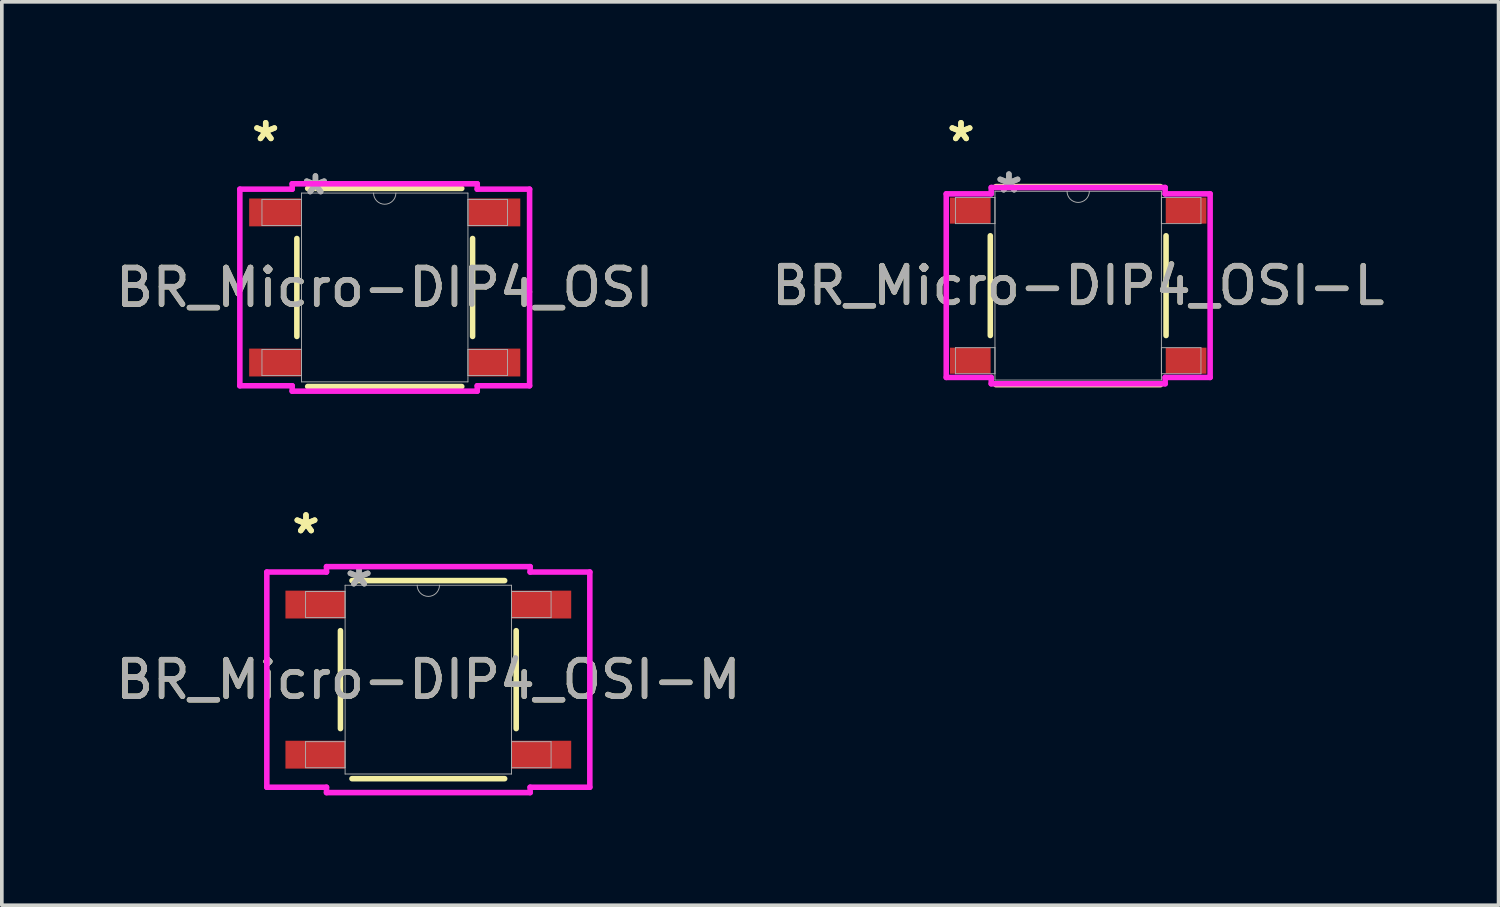
<source format=kicad_pcb>
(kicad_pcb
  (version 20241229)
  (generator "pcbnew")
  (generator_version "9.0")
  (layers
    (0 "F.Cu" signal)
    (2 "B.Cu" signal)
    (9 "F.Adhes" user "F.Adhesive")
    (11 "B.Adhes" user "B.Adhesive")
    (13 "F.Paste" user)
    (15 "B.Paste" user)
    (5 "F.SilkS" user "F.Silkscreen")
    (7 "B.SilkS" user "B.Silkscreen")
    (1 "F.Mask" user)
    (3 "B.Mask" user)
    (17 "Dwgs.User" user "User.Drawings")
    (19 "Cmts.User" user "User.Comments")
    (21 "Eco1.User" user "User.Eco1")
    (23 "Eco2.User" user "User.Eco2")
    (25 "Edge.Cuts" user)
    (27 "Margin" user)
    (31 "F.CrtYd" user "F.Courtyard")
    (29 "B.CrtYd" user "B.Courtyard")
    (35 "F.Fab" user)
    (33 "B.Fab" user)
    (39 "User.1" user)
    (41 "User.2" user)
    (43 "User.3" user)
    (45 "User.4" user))
  (footprint "BR_Micro-DIP4_OSI"
    (layer "F.Cu")
    (at 7.458 4.802)
    (property "Reference" "BR_Micro-DIP4_OSI" (at 0 0 0) (unlocked yes) (layer "F.SilkS") (effects (font (size 1 1) (thickness 0.15))))
    (attr smd)
    (fp_line (start -2.4 -1.337) (end -2.4 1.337) (stroke (width 0.152) (type solid)) (layer "F.SilkS"))
    (fp_line (start -2.104 2.705) (end 2.104 2.705) (stroke (width 0.152) (type solid)) (layer "F.SilkS"))
    (fp_line (start 2.104 -2.705) (end -2.104 -2.705) (stroke (width 0.152) (type solid)) (layer "F.SilkS"))
    (fp_line (start 2.4 1.337) (end 2.4 -1.337) (stroke (width 0.152) (type solid)) (layer "F.SilkS"))
    (fp_line (start -3.957 -2.685) (end -2.527 -2.685) (stroke (width 0.152) (type solid)) (layer "F.CrtYd"))
    (fp_line (start -3.957 2.685) (end -3.957 -2.685) (stroke (width 0.152) (type solid)) (layer "F.CrtYd"))
    (fp_line (start -3.957 2.685) (end -2.527 2.685) (stroke (width 0.152) (type solid)) (layer "F.CrtYd"))
    (fp_line (start -2.527 -2.832) (end 2.527 -2.832) (stroke (width 0.152) (type solid)) (layer "F.CrtYd"))
    (fp_line (start -2.527 -2.685) (end -2.527 -2.832) (stroke (width 0.152) (type solid)) (layer "F.CrtYd"))
    (fp_line (start -2.527 2.832) (end -2.527 2.685) (stroke (width 0.152) (type solid)) (layer "F.CrtYd"))
    (fp_line (start 2.527 -2.832) (end 2.527 -2.685) (stroke (width 0.152) (type solid)) (layer "F.CrtYd"))
    (fp_line (start 2.527 2.685) (end 2.527 2.832) (stroke (width 0.152) (type solid)) (layer "F.CrtYd"))
    (fp_line (start 2.527 2.832) (end -2.527 2.832) (stroke (width 0.152) (type solid)) (layer "F.CrtYd"))
    (fp_line (start 3.957 -2.685) (end 2.527 -2.685) (stroke (width 0.152) (type solid)) (layer "F.CrtYd"))
    (fp_line (start 3.957 -2.685) (end 3.957 2.685) (stroke (width 0.152) (type solid)) (layer "F.CrtYd"))
    (fp_line (start 3.957 2.685) (end 2.527 2.685) (stroke (width 0.152) (type solid)) (layer "F.CrtYd"))
    (fp_line (start -3.353 -2.406) (end -3.353 -1.694) (stroke (width 0.025) (type solid)) (layer "F.Fab"))
    (fp_line (start -3.353 -1.694) (end -2.273 -1.694) (stroke (width 0.025) (type solid)) (layer "F.Fab"))
    (fp_line (start -3.353 1.694) (end -3.353 2.406) (stroke (width 0.025) (type solid)) (layer "F.Fab"))
    (fp_line (start -3.353 2.406) (end -2.273 2.406) (stroke (width 0.025) (type solid)) (layer "F.Fab"))
    (fp_line (start -2.273 -2.578) (end -2.273 2.578) (stroke (width 0.025) (type solid)) (layer "F.Fab"))
    (fp_line (start -2.273 -2.406) (end -3.353 -2.406) (stroke (width 0.025) (type solid)) (layer "F.Fab"))
    (fp_line (start -2.273 -1.694) (end -2.273 -2.406) (stroke (width 0.025) (type solid)) (layer "F.Fab"))
    (fp_line (start -2.273 1.694) (end -3.353 1.694) (stroke (width 0.025) (type solid)) (layer "F.Fab"))
    (fp_line (start -2.273 2.406) (end -2.273 1.694) (stroke (width 0.025) (type solid)) (layer "F.Fab"))
    (fp_line (start -2.273 2.578) (end 2.273 2.578) (stroke (width 0.025) (type solid)) (layer "F.Fab"))
    (fp_line (start 2.273 -2.578) (end -2.273 -2.578) (stroke (width 0.025) (type solid)) (layer "F.Fab"))
    (fp_line (start 2.273 -2.406) (end 2.273 -1.694) (stroke (width 0.025) (type solid)) (layer "F.Fab"))
    (fp_line (start 2.273 -1.694) (end 3.353 -1.694) (stroke (width 0.025) (type solid)) (layer "F.Fab"))
    (fp_line (start 2.273 1.694) (end 2.273 2.406) (stroke (width 0.025) (type solid)) (layer "F.Fab"))
    (fp_line (start 2.273 2.406) (end 3.353 2.406) (stroke (width 0.025) (type solid)) (layer "F.Fab"))
    (fp_line (start 2.273 2.578) (end 2.273 -2.578) (stroke (width 0.025) (type solid)) (layer "F.Fab"))
    (fp_line (start 3.353 -2.406) (end 2.273 -2.406) (stroke (width 0.025) (type solid)) (layer "F.Fab"))
    (fp_line (start 3.353 -1.694) (end 3.353 -2.406) (stroke (width 0.025) (type solid)) (layer "F.Fab"))
    (fp_line (start 3.353 1.694) (end 2.273 1.694) (stroke (width 0.025) (type solid)) (layer "F.Fab"))
    (fp_line (start 3.353 2.406) (end 3.353 1.694) (stroke (width 0.025) (type solid)) (layer "F.Fab"))
    (fp_arc (start 0.3048 -2.5781) (mid 0 -2.2733) (end -0.3048 -2.5781) (stroke (width 0.0254) (type solid)) (layer "F.Fab"))
    (fp_text user "*" (at -3.251 -3.954 0) (layer "F.SilkS") (effects (font (size 1 1) (thickness 0.15))))
    (fp_text user "*" (at -3.251 -3.954 0) (unlocked yes) (layer "F.SilkS") (effects (font (size 1 1) (thickness 0.15))))
    (fp_text user "${REFERENCE}" (at 0 0 0) (unlocked yes) (layer "F.Fab") (effects (font (size 1 1) (thickness 0.15))))
    (fp_text user "*" (at -1.892 -2.502 0) (layer "F.Fab") (effects (font (size 1 1) (thickness 0.15))))
    (fp_text user "*" (at -1.892 -2.502 0) (unlocked yes) (layer "F.Fab") (effects (font (size 1 1) (thickness 0.15))))
    (pad "1" smd rect (at -2.997 -2.05) (size 1.411 0.761) (layers "F.Cu" "F.Mask" "F.Paste"))
    (pad "2" smd rect (at -2.997 2.05) (size 1.411 0.761) (layers "F.Cu" "F.Mask" "F.Paste"))
    (pad "3" smd rect (at 2.997 2.05) (size 1.411 0.761) (layers "F.Cu" "F.Mask" "F.Paste"))
    (pad "4" smd rect (at 2.997 -2.05) (size 1.411 0.761) (layers "F.Cu" "F.Mask" "F.Paste")))
  (footprint "BR_Micro-DIP4_OSI-M"
    (layer "F.Cu")
    (at 8.649 15.513)
    (property "Reference" "BR_Micro-DIP4_OSI-M" (at 0 0 0) (unlocked yes) (layer "F.SilkS") (effects (font (size 1 1) (thickness 0.15))))
    (attr smd)
    (fp_line (start -2.4 -1.337) (end -2.4 1.337) (stroke (width 0.152) (type solid)) (layer "F.SilkS"))
    (fp_line (start -2.085 2.705) (end 2.085 2.705) (stroke (width 0.152) (type solid)) (layer "F.SilkS"))
    (fp_line (start 2.085 -2.705) (end -2.085 -2.705) (stroke (width 0.152) (type solid)) (layer "F.SilkS"))
    (fp_line (start 2.4 1.337) (end 2.4 -1.337) (stroke (width 0.152) (type solid)) (layer "F.SilkS"))
    (fp_line (start -4.411 -2.939) (end -2.781 -2.939) (stroke (width 0.152) (type solid)) (layer "F.CrtYd"))
    (fp_line (start -4.411 2.939) (end -4.411 -2.939) (stroke (width 0.152) (type solid)) (layer "F.CrtYd"))
    (fp_line (start -4.411 2.939) (end -2.781 2.939) (stroke (width 0.152) (type solid)) (layer "F.CrtYd"))
    (fp_line (start -2.781 -3.086) (end 2.781 -3.086) (stroke (width 0.152) (type solid)) (layer "F.CrtYd"))
    (fp_line (start -2.781 -2.939) (end -2.781 -3.086) (stroke (width 0.152) (type solid)) (layer "F.CrtYd"))
    (fp_line (start -2.781 3.086) (end -2.781 2.939) (stroke (width 0.152) (type solid)) (layer "F.CrtYd"))
    (fp_line (start 2.781 -3.086) (end 2.781 -2.939) (stroke (width 0.152) (type solid)) (layer "F.CrtYd"))
    (fp_line (start 2.781 2.939) (end 2.781 3.086) (stroke (width 0.152) (type solid)) (layer "F.CrtYd"))
    (fp_line (start 2.781 3.086) (end -2.781 3.086) (stroke (width 0.152) (type solid)) (layer "F.CrtYd"))
    (fp_line (start 4.411 -2.939) (end 2.781 -2.939) (stroke (width 0.152) (type solid)) (layer "F.CrtYd"))
    (fp_line (start 4.411 -2.939) (end 4.411 2.939) (stroke (width 0.152) (type solid)) (layer "F.CrtYd"))
    (fp_line (start 4.411 2.939) (end 2.781 2.939) (stroke (width 0.152) (type solid)) (layer "F.CrtYd"))
    (fp_line (start -3.353 -2.406) (end -3.353 -1.694) (stroke (width 0.025) (type solid)) (layer "F.Fab"))
    (fp_line (start -3.353 -1.694) (end -2.273 -1.694) (stroke (width 0.025) (type solid)) (layer "F.Fab"))
    (fp_line (start -3.353 1.694) (end -3.353 2.406) (stroke (width 0.025) (type solid)) (layer "F.Fab"))
    (fp_line (start -3.353 2.406) (end -2.273 2.406) (stroke (width 0.025) (type solid)) (layer "F.Fab"))
    (fp_line (start -2.273 -2.578) (end -2.273 2.578) (stroke (width 0.025) (type solid)) (layer "F.Fab"))
    (fp_line (start -2.273 -2.406) (end -3.353 -2.406) (stroke (width 0.025) (type solid)) (layer "F.Fab"))
    (fp_line (start -2.273 -1.694) (end -2.273 -2.406) (stroke (width 0.025) (type solid)) (layer "F.Fab"))
    (fp_line (start -2.273 1.694) (end -3.353 1.694) (stroke (width 0.025) (type solid)) (layer "F.Fab"))
    (fp_line (start -2.273 2.406) (end -2.273 1.694) (stroke (width 0.025) (type solid)) (layer "F.Fab"))
    (fp_line (start -2.273 2.578) (end 2.273 2.578) (stroke (width 0.025) (type solid)) (layer "F.Fab"))
    (fp_line (start 2.273 -2.578) (end -2.273 -2.578) (stroke (width 0.025) (type solid)) (layer "F.Fab"))
    (fp_line (start 2.273 -2.406) (end 2.273 -1.694) (stroke (width 0.025) (type solid)) (layer "F.Fab"))
    (fp_line (start 2.273 -1.694) (end 3.353 -1.694) (stroke (width 0.025) (type solid)) (layer "F.Fab"))
    (fp_line (start 2.273 1.694) (end 2.273 2.406) (stroke (width 0.025) (type solid)) (layer "F.Fab"))
    (fp_line (start 2.273 2.406) (end 3.353 2.406) (stroke (width 0.025) (type solid)) (layer "F.Fab"))
    (fp_line (start 2.273 2.578) (end 2.273 -2.578) (stroke (width 0.025) (type solid)) (layer "F.Fab"))
    (fp_line (start 3.353 -2.406) (end 2.273 -2.406) (stroke (width 0.025) (type solid)) (layer "F.Fab"))
    (fp_line (start 3.353 -1.694) (end 3.353 -2.406) (stroke (width 0.025) (type solid)) (layer "F.Fab"))
    (fp_line (start 3.353 1.694) (end 2.273 1.694) (stroke (width 0.025) (type solid)) (layer "F.Fab"))
    (fp_line (start 3.353 2.406) (end 3.353 1.694) (stroke (width 0.025) (type solid)) (layer "F.Fab"))
    (fp_arc (start 0.3048 -2.5781) (mid 0 -2.2733) (end -0.3048 -2.5781) (stroke (width 0.0254) (type solid)) (layer "F.Fab"))
    (fp_text user "*" (at -3.342 -3.954 0) (unlocked yes) (layer "F.SilkS") (effects (font (size 1 1) (thickness 0.15))))
    (fp_text user "*" (at -3.342 -3.954 0) (layer "F.SilkS") (effects (font (size 1 1) (thickness 0.15))))
    (fp_text user "*" (at -1.892 -2.502 0) (layer "F.Fab") (effects (font (size 1 1) (thickness 0.15))))
    (fp_text user "${REFERENCE}" (at 0 0 0) (unlocked yes) (layer "F.Fab") (effects (font (size 1 1) (thickness 0.15))))
    (fp_text user "*" (at -1.892 -2.502 0) (unlocked yes) (layer "F.Fab") (effects (font (size 1 1) (thickness 0.15))))
    (pad "1" smd rect (at -3.088 -2.05) (size 1.629 0.761) (layers "F.Cu" "F.Mask" "F.Paste"))
    (pad "2" smd rect (at -3.088 2.05) (size 1.629 0.761) (layers "F.Cu" "F.Mask" "F.Paste"))
    (pad "3" smd rect (at 3.088 2.05) (size 1.629 0.761) (layers "F.Cu" "F.Mask" "F.Paste"))
    (pad "4" smd rect (at 3.088 -2.05) (size 1.629 0.761) (layers "F.Cu" "F.Mask" "F.Paste")))
  (footprint "BR_Micro-DIP4_OSI-L"
    (layer "F.Cu")
    (at 26.399 4.752)
    (property "Reference" "BR_Micro-DIP4_OSI-L" (at 0 0 0) (unlocked yes) (layer "F.SilkS") (effects (font (size 1 1) (thickness 0.15))))
    (attr smd)
    (fp_line (start -2.4 -1.362) (end -2.4 1.362) (stroke (width 0.152) (type solid)) (layer "F.SilkS"))
    (fp_line (start -2.247 2.705) (end 2.247 2.705) (stroke (width 0.152) (type solid)) (layer "F.SilkS"))
    (fp_line (start 2.247 -2.705) (end -2.247 -2.705) (stroke (width 0.152) (type solid)) (layer "F.SilkS"))
    (fp_line (start 2.4 1.362) (end 2.4 -1.362) (stroke (width 0.152) (type solid)) (layer "F.SilkS"))
    (fp_line (start -3.604 -2.507) (end -2.375 -2.507) (stroke (width 0.152) (type solid)) (layer "F.CrtYd"))
    (fp_line (start -3.604 2.507) (end -3.604 -2.507) (stroke (width 0.152) (type solid)) (layer "F.CrtYd"))
    (fp_line (start -3.604 2.507) (end -2.375 2.507) (stroke (width 0.152) (type solid)) (layer "F.CrtYd"))
    (fp_line (start -2.375 -2.68) (end 2.375 -2.68) (stroke (width 0.152) (type solid)) (layer "F.CrtYd"))
    (fp_line (start -2.375 -2.507) (end -2.375 -2.68) (stroke (width 0.152) (type solid)) (layer "F.CrtYd"))
    (fp_line (start -2.375 2.68) (end -2.375 2.507) (stroke (width 0.152) (type solid)) (layer "F.CrtYd"))
    (fp_line (start 2.375 -2.68) (end 2.375 -2.507) (stroke (width 0.152) (type solid)) (layer "F.CrtYd"))
    (fp_line (start 2.375 2.507) (end 2.375 2.68) (stroke (width 0.152) (type solid)) (layer "F.CrtYd"))
    (fp_line (start 2.375 2.68) (end -2.375 2.68) (stroke (width 0.152) (type solid)) (layer "F.CrtYd"))
    (fp_line (start 3.604 -2.507) (end 2.375 -2.507) (stroke (width 0.152) (type solid)) (layer "F.CrtYd"))
    (fp_line (start 3.604 -2.507) (end 3.604 2.507) (stroke (width 0.152) (type solid)) (layer "F.CrtYd"))
    (fp_line (start 3.604 2.507) (end 2.375 2.507) (stroke (width 0.152) (type solid)) (layer "F.CrtYd"))
    (fp_line (start -3.353 -2.406) (end -3.353 -1.694) (stroke (width 0.025) (type solid)) (layer "F.Fab"))
    (fp_line (start -3.353 -1.694) (end -2.273 -1.694) (stroke (width 0.025) (type solid)) (layer "F.Fab"))
    (fp_line (start -3.353 1.694) (end -3.353 2.406) (stroke (width 0.025) (type solid)) (layer "F.Fab"))
    (fp_line (start -3.353 2.406) (end -2.273 2.406) (stroke (width 0.025) (type solid)) (layer "F.Fab"))
    (fp_line (start -2.273 -2.578) (end -2.273 2.578) (stroke (width 0.025) (type solid)) (layer "F.Fab"))
    (fp_line (start -2.273 -2.406) (end -3.353 -2.406) (stroke (width 0.025) (type solid)) (layer "F.Fab"))
    (fp_line (start -2.273 -1.694) (end -2.273 -2.406) (stroke (width 0.025) (type solid)) (layer "F.Fab"))
    (fp_line (start -2.273 1.694) (end -3.353 1.694) (stroke (width 0.025) (type solid)) (layer "F.Fab"))
    (fp_line (start -2.273 2.406) (end -2.273 1.694) (stroke (width 0.025) (type solid)) (layer "F.Fab"))
    (fp_line (start -2.273 2.578) (end 2.273 2.578) (stroke (width 0.025) (type solid)) (layer "F.Fab"))
    (fp_line (start 2.273 -2.578) (end -2.273 -2.578) (stroke (width 0.025) (type solid)) (layer "F.Fab"))
    (fp_line (start 2.273 -2.406) (end 2.273 -1.694) (stroke (width 0.025) (type solid)) (layer "F.Fab"))
    (fp_line (start 2.273 -1.694) (end 3.353 -1.694) (stroke (width 0.025) (type solid)) (layer "F.Fab"))
    (fp_line (start 2.273 1.694) (end 2.273 2.406) (stroke (width 0.025) (type solid)) (layer "F.Fab"))
    (fp_line (start 2.273 2.406) (end 3.353 2.406) (stroke (width 0.025) (type solid)) (layer "F.Fab"))
    (fp_line (start 2.273 2.578) (end 2.273 -2.578) (stroke (width 0.025) (type solid)) (layer "F.Fab"))
    (fp_line (start 3.353 -2.406) (end 2.273 -2.406) (stroke (width 0.025) (type solid)) (layer "F.Fab"))
    (fp_line (start 3.353 -1.694) (end 3.353 -2.406) (stroke (width 0.025) (type solid)) (layer "F.Fab"))
    (fp_line (start 3.353 1.694) (end 2.273 1.694) (stroke (width 0.025) (type solid)) (layer "F.Fab"))
    (fp_line (start 3.353 2.406) (end 3.353 1.694) (stroke (width 0.025) (type solid)) (layer "F.Fab"))
    (fp_arc (start 0.3048 -2.5781) (mid 0 -2.2733) (end -0.3048 -2.5781) (stroke (width 0.0254) (type solid)) (layer "F.Fab"))
    (fp_text user "*" (at -3.201 -3.904 0) (layer "F.SilkS") (effects (font (size 1 1) (thickness 0.15))))
    (fp_text user "*" (at -3.201 -3.904 0) (unlocked yes) (layer "F.SilkS") (effects (font (size 1 1) (thickness 0.15))))
    (fp_text user "*" (at -1.892 -2.502 0) (unlocked yes) (layer "F.Fab") (effects (font (size 1 1) (thickness 0.15))))
    (fp_text user "*" (at -1.892 -2.502 0) (layer "F.Fab") (effects (font (size 1 1) (thickness 0.15))))
    (fp_text user "${REFERENCE}" (at 0 0 0) (unlocked yes) (layer "F.Fab") (effects (font (size 1 1) (thickness 0.15))))
    (pad "1" smd rect (at -2.947 -2.05) (size 1.111 0.711) (layers "F.Cu" "F.Mask" "F.Paste"))
    (pad "2" smd rect (at -2.947 2.05) (size 1.111 0.711) (layers "F.Cu" "F.Mask" "F.Paste"))
    (pad "3" smd rect (at 2.947 2.05) (size 1.111 0.711) (layers "F.Cu" "F.Mask" "F.Paste"))
    (pad "4" smd rect (at 2.947 -2.05) (size 1.111 0.711) (layers "F.Cu" "F.Mask" "F.Paste")))
  (gr_rect
    (start -3 -3)
    (end 37.881 21.675)
    (stroke (width 0.1) (type default))
    (fill no)
    (layer "Edge.Cuts")))
</source>
